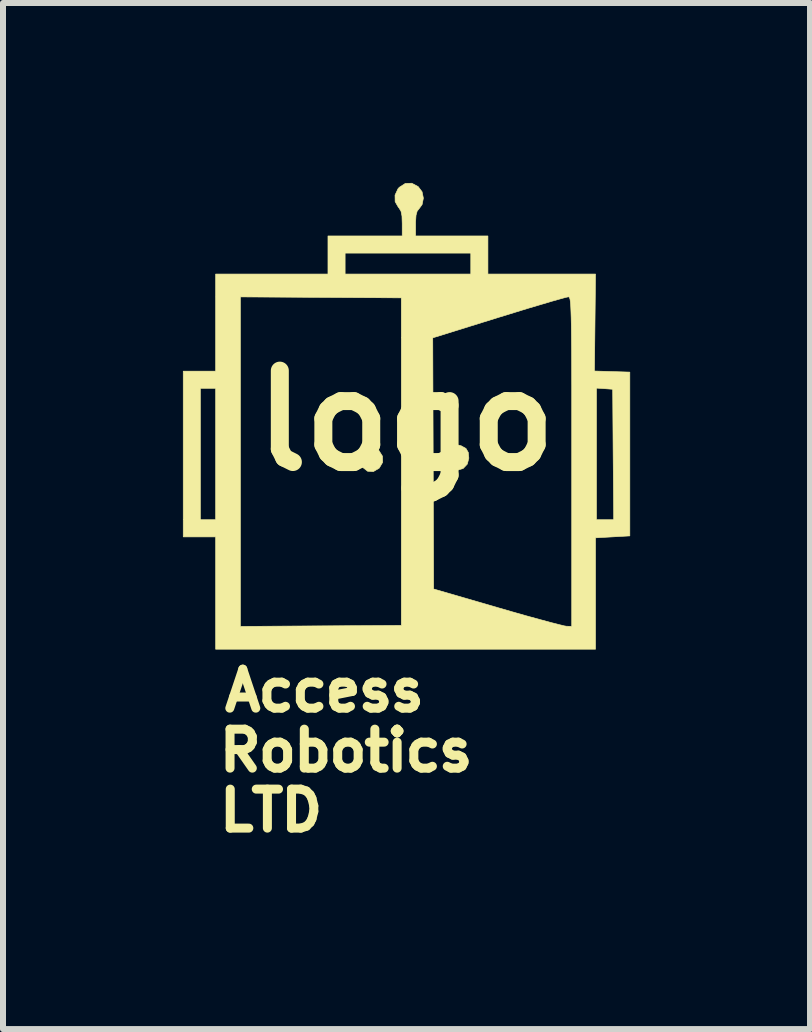
<source format=kicad_pcb>
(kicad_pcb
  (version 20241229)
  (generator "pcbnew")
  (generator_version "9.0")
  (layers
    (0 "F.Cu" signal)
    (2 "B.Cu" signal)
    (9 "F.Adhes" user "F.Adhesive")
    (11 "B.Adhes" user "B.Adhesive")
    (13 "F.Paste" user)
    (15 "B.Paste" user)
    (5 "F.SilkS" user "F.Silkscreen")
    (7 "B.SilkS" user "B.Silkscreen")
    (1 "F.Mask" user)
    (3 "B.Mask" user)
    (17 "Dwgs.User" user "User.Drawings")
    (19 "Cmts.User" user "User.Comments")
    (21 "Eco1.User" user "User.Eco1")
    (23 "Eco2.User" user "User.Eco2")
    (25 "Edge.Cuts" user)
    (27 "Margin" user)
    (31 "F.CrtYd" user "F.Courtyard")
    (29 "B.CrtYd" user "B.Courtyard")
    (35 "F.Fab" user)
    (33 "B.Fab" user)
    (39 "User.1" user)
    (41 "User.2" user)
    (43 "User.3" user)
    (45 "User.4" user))
  (footprint "logo"
    (layer "F.Cu")
    (at 3.72 3.964)
    (property "Reference" "logo" (at 0 0 0) (layer "F.SilkS") (effects (font (size 1.524 1.524) (thickness 0.3))))
    (attr through_hole)
    (fp_poly (pts (xy -0.473 0.478) (xy -0.455 0.494) (xy -0.393 0.592) (xy -0.39 0.694) (xy -0.445 0.787) (xy -0.45 0.793) (xy -0.546 0.849) (xy -0.641 0.843) (xy -0.727 0.775) (xy -0.728 0.774) (xy -0.784 0.677) (xy -0.784 0.589) (xy -0.747 0.519) (xy -0.666 0.45) (xy -0.568 0.436) (xy -0.473 0.478)) (stroke (width 0.01) (type solid)) (fill yes) (layer "F.SilkS"))
    (fp_poly (pts (xy 0.918 0.418) (xy 0.999 0.463) (xy 1.038 0.53) (xy 1.047 0.625) (xy 1.021 0.724) (xy 0.952 0.797) (xy 0.858 0.825) (xy 0.857 0.826) (xy 0.795 0.808) (xy 0.737 0.776) (xy 0.687 0.708) (xy 0.665 0.611) (xy 0.677 0.517) (xy 0.691 0.489) (xy 0.77 0.423) (xy 0.872 0.407) (xy 0.918 0.418)) (stroke (width 0.01) (type solid)) (fill yes) (layer "F.SilkS"))
    (fp_poly (pts (xy 0.202 -3.903) (xy 0.267 -3.817) (xy 0.289 -3.71) (xy 0.268 -3.604) (xy 0.222 -3.54) (xy 0.185 -3.493) (xy 0.166 -3.423) (xy 0.159 -3.313) (xy 0.159 -3.281) (xy 0.159 -3.08) (xy 1.365 -3.08) (xy 1.365 -2.445) (xy 2.262 -2.445) (xy 3.159 -2.445) (xy 3.15 -1.636) (xy 3.141 -0.828) (xy 3.436 -0.819) (xy 3.731 -0.81) (xy 3.731 1.921) (xy 3.159 1.953) (xy 3.159 3.81) (xy -0.008 3.81) (xy -3.175 3.81) (xy -3.175 3.43) (xy -2.762 3.43) (xy -1.421 3.421) (xy -0.079 3.413) (xy -0.079 -1.381) (xy 0.445 -1.381) (xy 0.46 2.806) (xy 1.524 3.115) (xy 1.776 3.188) (xy 2.012 3.255) (xy 2.224 3.313) (xy 2.404 3.362) (xy 2.545 3.398) (xy 2.639 3.421) (xy 2.675 3.427) (xy 2.762 3.429) (xy 2.762 1.651) (xy 3.175 1.651) (xy 3.462 1.651) (xy 3.453 0.564) (xy 3.445 -0.524) (xy 3.31 -0.534) (xy 3.175 -0.543) (xy 3.175 1.651) (xy 2.762 1.651) (xy 2.762 0.683) (xy 2.762 0.201) (xy 2.762 -0.22) (xy 2.762 -0.586) (xy 2.761 -0.901) (xy 2.76 -1.167) (xy 2.758 -1.39) (xy 2.756 -1.572) (xy 2.753 -1.719) (xy 2.749 -1.833) (xy 2.745 -1.92) (xy 2.74 -1.981) (xy 2.734 -2.023) (xy 2.726 -2.048) (xy 2.718 -2.061) (xy 2.709 -2.065) (xy 2.707 -2.065) (xy 2.664 -2.056) (xy 2.569 -2.03) (xy 2.427 -1.99) (xy 2.246 -1.936) (xy 2.033 -1.873) (xy 1.796 -1.8) (xy 1.548 -1.724) (xy 0.445 -1.381) (xy -0.079 -1.381) (xy -0.079 -2.048) (xy -1.421 -2.056) (xy -2.762 -2.064) (xy -2.762 3.43) (xy -3.175 3.43) (xy -3.175 1.937) (xy -3.715 1.937) (xy -3.715 -0.54) (xy -3.429 -0.54) (xy -3.429 1.651) (xy -3.175 1.651) (xy -3.175 -0.54) (xy -3.429 -0.54) (xy -3.715 -0.54) (xy -3.715 -0.826) (xy -3.175 -0.826) (xy -3.175 -2.445) (xy -1.302 -2.445) (xy -1.302 -2.794) (xy -1.016 -2.794) (xy -1.016 -2.445) (xy 1.079 -2.445) (xy 1.079 -2.794) (xy -1.016 -2.794) (xy -1.302 -2.794) (xy -1.302 -3.08) (xy -0.064 -3.08) (xy -0.064 -3.286) (xy -0.068 -3.411) (xy -0.084 -3.491) (xy -0.117 -3.546) (xy -0.127 -3.556) (xy -0.182 -3.651) (xy -0.184 -3.761) (xy -0.135 -3.866) (xy -0.113 -3.891) (xy -0.012 -3.956) (xy 0.096 -3.959) (xy 0.202 -3.903)) (stroke (width 0.01) (type solid)) (fill yes) (layer "F.SilkS"))
    (fp_text user "Access" (at -1.36 4.5 0) (layer "F.SilkS") (effects (font (size 0.65 0.65) (thickness 0.15))))
    (fp_text user "LTD" (at -2.25 6.5 0) (layer "F.SilkS") (effects (font (size 0.65 0.65) (thickness 0.15))))
    (fp_text user "Robotics" (at -1 5.5 0) (layer "F.SilkS") (effects (font (size 0.65 0.65) (thickness 0.15)))))
  (gr_rect
    (start -3 -3)
    (end 10.455 14.107)
    (stroke (width 0.1) (type default))
    (fill no)
    (layer "Edge.Cuts")))
</source>
